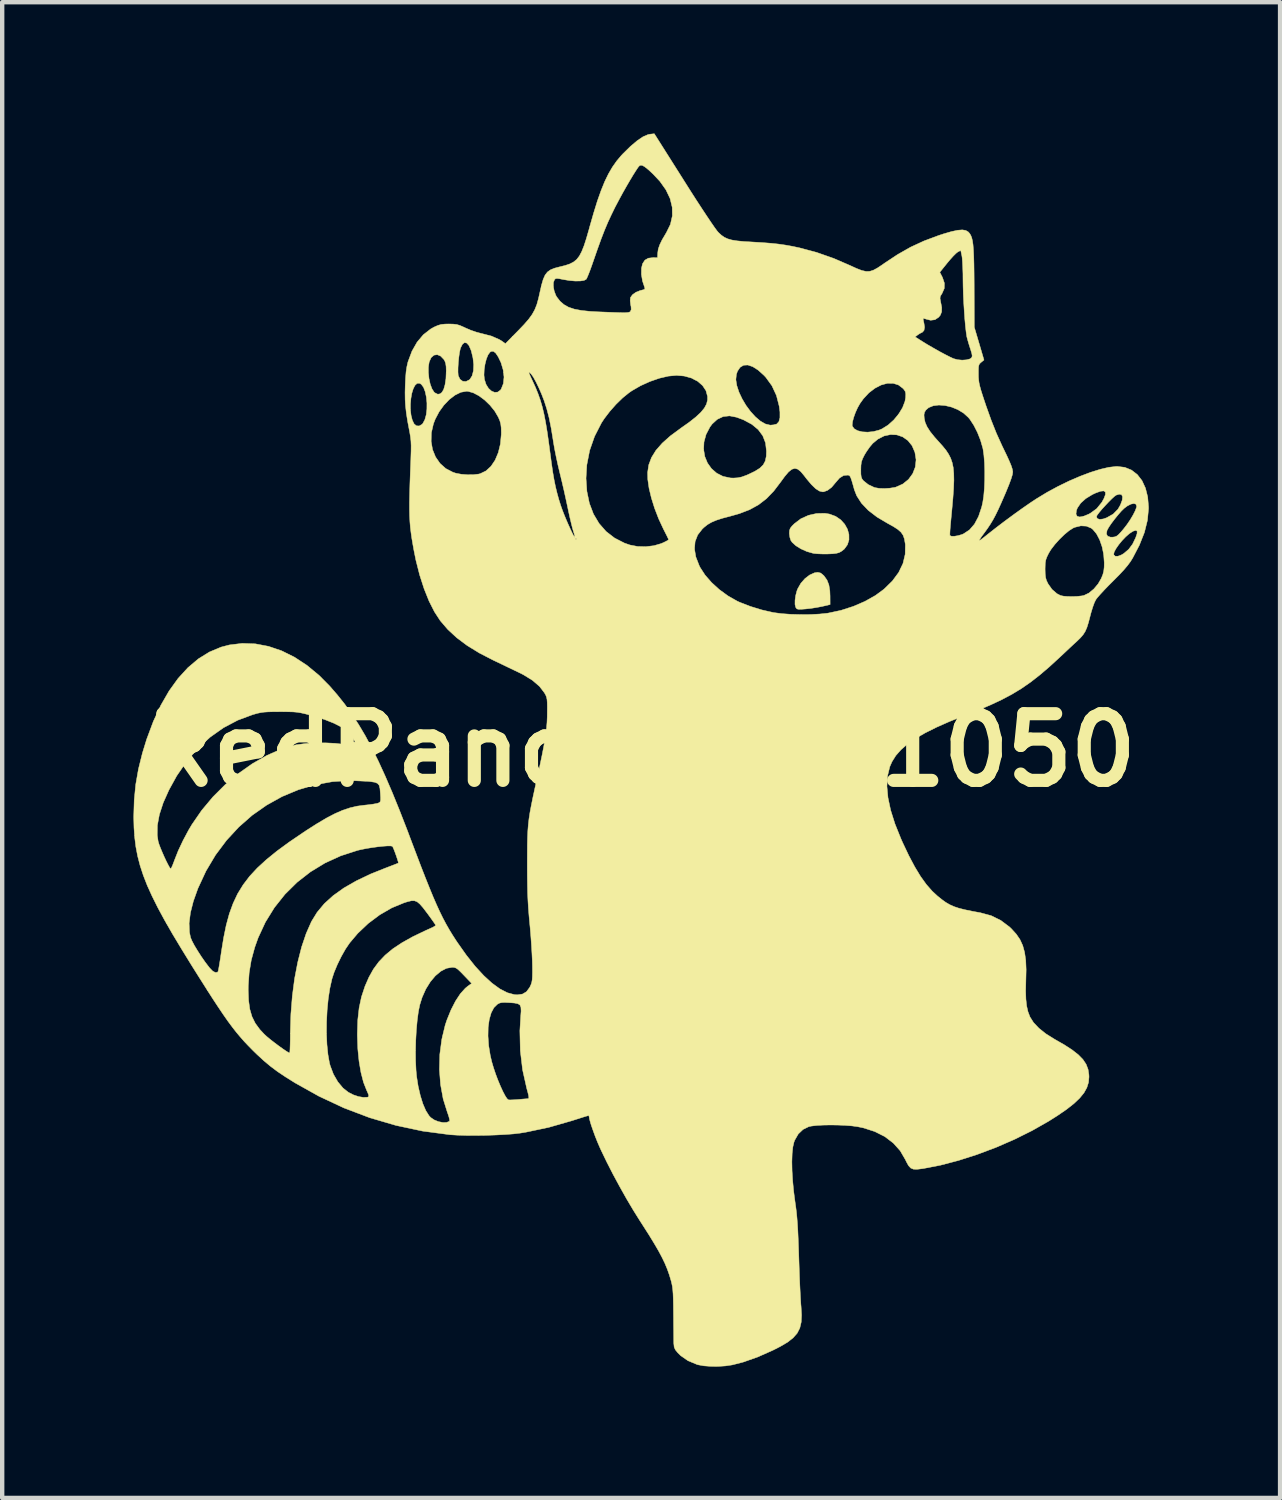
<source format=kicad_pcb>
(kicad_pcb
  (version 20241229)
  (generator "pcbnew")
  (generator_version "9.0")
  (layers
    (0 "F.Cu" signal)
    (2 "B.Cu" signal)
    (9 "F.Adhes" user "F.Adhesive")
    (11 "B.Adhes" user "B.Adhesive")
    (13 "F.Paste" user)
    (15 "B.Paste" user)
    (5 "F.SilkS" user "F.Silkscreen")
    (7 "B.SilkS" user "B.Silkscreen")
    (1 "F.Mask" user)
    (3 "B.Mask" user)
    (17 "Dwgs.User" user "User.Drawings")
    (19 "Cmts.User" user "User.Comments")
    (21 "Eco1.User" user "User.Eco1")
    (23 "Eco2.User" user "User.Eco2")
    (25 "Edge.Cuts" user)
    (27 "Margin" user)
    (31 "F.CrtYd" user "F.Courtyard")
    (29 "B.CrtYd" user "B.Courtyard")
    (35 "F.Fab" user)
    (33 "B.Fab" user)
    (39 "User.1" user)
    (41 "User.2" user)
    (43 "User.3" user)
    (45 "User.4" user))
  (footprint "RedPandaArms1050"
    (layer "F.Cu")
    (at 11.595 14.088)
    (property "Reference" "RedPandaArms1050" (at 0 0 0) (layer "F.SilkS") (effects (font (size 1.524 1.524) (thickness 0.3))))
    (attr through_hole)
    (fp_poly (pts (xy 4.104 -4.047) (xy 4.171 -3.991) (xy 4.18 -3.981) (xy 4.247 -3.887) (xy 4.29 -3.777) (xy 4.312 -3.641) (xy 4.317 -3.521) (xy 4.318 -3.328) (xy 4.137 -3.285) (xy 4.017 -3.262) (xy 3.879 -3.24) (xy 3.758 -3.227) (xy 3.66 -3.22) (xy 3.6 -3.219) (xy 3.564 -3.227) (xy 3.544 -3.246) (xy 3.532 -3.266) (xy 3.516 -3.331) (xy 3.517 -3.426) (xy 3.532 -3.535) (xy 3.56 -3.642) (xy 3.579 -3.69) (xy 3.65 -3.814) (xy 3.744 -3.921) (xy 3.851 -4.003) (xy 3.962 -4.053) (xy 4.036 -4.064) (xy 4.104 -4.047)) (stroke (width 0.01) (type solid)) (fill yes) (layer "F.SilkS"))
    (fp_poly (pts (xy 4.303 -5.395) (xy 4.444 -5.343) (xy 4.561 -5.263) (xy 4.652 -5.162) (xy 4.715 -5.048) (xy 4.748 -4.927) (xy 4.749 -4.806) (xy 4.714 -4.694) (xy 4.642 -4.595) (xy 4.572 -4.541) (xy 4.521 -4.514) (xy 4.46 -4.498) (xy 4.377 -4.488) (xy 4.259 -4.483) (xy 4.258 -4.483) (xy 4.144 -4.483) (xy 4.036 -4.487) (xy 3.952 -4.495) (xy 3.929 -4.499) (xy 3.786 -4.54) (xy 3.652 -4.6) (xy 3.537 -4.671) (xy 3.452 -4.748) (xy 3.421 -4.793) (xy 3.399 -4.861) (xy 3.387 -4.945) (xy 3.387 -4.962) (xy 3.391 -5.022) (xy 3.408 -5.07) (xy 3.448 -5.122) (xy 3.505 -5.178) (xy 3.651 -5.288) (xy 3.824 -5.366) (xy 4.01 -5.408) (xy 4.198 -5.412) (xy 4.303 -5.395)) (stroke (width 0.01) (type solid)) (fill yes) (layer "F.SilkS"))
    (fp_poly (pts (xy 0.98 -13.011) (xy 1.129 -12.775) (xy 1.268 -12.558) (xy 1.396 -12.362) (xy 1.509 -12.191) (xy 1.605 -12.048) (xy 1.682 -11.937) (xy 1.738 -11.861) (xy 1.767 -11.827) (xy 1.833 -11.766) (xy 1.901 -11.718) (xy 1.979 -11.682) (xy 2.074 -11.655) (xy 2.193 -11.636) (xy 2.346 -11.621) (xy 2.539 -11.61) (xy 2.54 -11.61) (xy 2.77 -11.596) (xy 2.964 -11.581) (xy 3.135 -11.563) (xy 3.295 -11.54) (xy 3.457 -11.511) (xy 3.625 -11.475) (xy 4.007 -11.373) (xy 4.403 -11.234) (xy 4.77 -11.075) (xy 4.921 -11.006) (xy 5.04 -10.96) (xy 5.136 -10.938) (xy 5.222 -10.939) (xy 5.307 -10.966) (xy 5.401 -11.017) (xy 5.517 -11.094) (xy 5.554 -11.121) (xy 5.859 -11.323) (xy 6.156 -11.492) (xy 6.463 -11.634) (xy 6.795 -11.758) (xy 6.911 -11.796) (xy 7.09 -11.848) (xy 7.23 -11.878) (xy 7.338 -11.887) (xy 7.417 -11.874) (xy 7.473 -11.841) (xy 7.477 -11.838) (xy 7.507 -11.803) (xy 7.532 -11.761) (xy 7.553 -11.708) (xy 7.57 -11.638) (xy 7.583 -11.548) (xy 7.592 -11.434) (xy 7.599 -11.289) (xy 7.604 -11.111) (xy 7.607 -10.894) (xy 7.609 -10.634) (xy 7.609 -10.583) (xy 7.612 -9.664) (xy 7.723 -9.289) (xy 7.833 -8.914) (xy 7.769 -8.862) (xy 7.738 -8.834) (xy 7.719 -8.803) (xy 7.709 -8.758) (xy 7.706 -8.686) (xy 7.706 -8.596) (xy 7.707 -8.523) (xy 7.712 -8.459) (xy 7.721 -8.393) (xy 7.737 -8.32) (xy 7.762 -8.229) (xy 7.798 -8.114) (xy 7.847 -7.966) (xy 7.882 -7.862) (xy 7.998 -7.538) (xy 8.116 -7.242) (xy 8.247 -6.953) (xy 8.274 -6.897) (xy 8.355 -6.729) (xy 8.415 -6.597) (xy 8.456 -6.497) (xy 8.48 -6.423) (xy 8.49 -6.369) (xy 8.491 -6.356) (xy 8.482 -6.295) (xy 8.453 -6.2) (xy 8.405 -6.07) (xy 8.336 -5.901) (xy 8.307 -5.833) (xy 8.225 -5.645) (xy 8.156 -5.493) (xy 8.095 -5.368) (xy 8.038 -5.262) (xy 7.98 -5.166) (xy 7.917 -5.071) (xy 7.843 -4.968) (xy 7.833 -4.955) (xy 7.769 -4.868) (xy 7.733 -4.813) (xy 7.726 -4.791) (xy 7.75 -4.801) (xy 7.807 -4.843) (xy 7.9 -4.917) (xy 7.922 -4.935) (xy 8.102 -5.076) (xy 8.3 -5.227) (xy 8.506 -5.379) (xy 8.527 -5.394) (xy 9.935 -5.394) (xy 9.961 -5.345) (xy 10.019 -5.328) (xy 10.071 -5.337) (xy 10.402 -5.337) (xy 10.421 -5.292) (xy 10.475 -5.273) (xy 10.557 -5.283) (xy 10.637 -5.311) (xy 10.784 -5.394) (xy 10.894 -5.506) (xy 10.951 -5.605) (xy 10.991 -5.713) (xy 10.999 -5.792) (xy 10.976 -5.838) (xy 10.924 -5.849) (xy 10.852 -5.827) (xy 10.813 -5.799) (xy 10.753 -5.744) (xy 10.681 -5.672) (xy 10.604 -5.59) (xy 10.529 -5.508) (xy 10.466 -5.433) (xy 10.421 -5.373) (xy 10.402 -5.339) (xy 10.402 -5.337) (xy 10.071 -5.337) (xy 10.108 -5.344) (xy 10.226 -5.393) (xy 10.265 -5.414) (xy 10.409 -5.519) (xy 10.526 -5.664) (xy 10.574 -5.752) (xy 10.608 -5.842) (xy 10.606 -5.899) (xy 10.568 -5.924) (xy 10.494 -5.916) (xy 10.384 -5.876) (xy 10.311 -5.842) (xy 10.16 -5.75) (xy 10.044 -5.646) (xy 9.967 -5.534) (xy 9.945 -5.476) (xy 9.935 -5.394) (xy 8.527 -5.394) (xy 8.708 -5.524) (xy 8.894 -5.653) (xy 9.035 -5.746) (xy 9.276 -5.892) (xy 9.527 -6.028) (xy 9.78 -6.151) (xy 10.029 -6.258) (xy 10.267 -6.348) (xy 10.488 -6.417) (xy 10.685 -6.463) (xy 10.851 -6.482) (xy 10.875 -6.483) (xy 11.05 -6.462) (xy 11.204 -6.399) (xy 11.336 -6.297) (xy 11.443 -6.159) (xy 11.522 -5.988) (xy 11.573 -5.786) (xy 11.592 -5.558) (xy 11.592 -5.516) (xy 11.567 -5.252) (xy 11.498 -4.975) (xy 11.383 -4.685) (xy 11.231 -4.393) (xy 11.177 -4.306) (xy 11.112 -4.219) (xy 11.032 -4.124) (xy 10.929 -4.013) (xy 10.796 -3.879) (xy 10.787 -3.87) (xy 10.678 -3.761) (xy 10.578 -3.657) (xy 10.492 -3.564) (xy 10.427 -3.49) (xy 10.392 -3.445) (xy 10.356 -3.374) (xy 10.317 -3.267) (xy 10.278 -3.139) (xy 10.26 -3.07) (xy 10.22 -2.917) (xy 10.184 -2.802) (xy 10.144 -2.711) (xy 10.096 -2.636) (xy 10.034 -2.565) (xy 9.959 -2.492) (xy 9.886 -2.425) (xy 9.789 -2.335) (xy 9.681 -2.233) (xy 9.572 -2.131) (xy 9.555 -2.115) (xy 9.324 -1.903) (xy 9.107 -1.718) (xy 8.898 -1.555) (xy 8.689 -1.41) (xy 8.471 -1.278) (xy 8.237 -1.154) (xy 7.979 -1.033) (xy 7.688 -0.91) (xy 7.402 -0.798) (xy 7.053 -0.659) (xy 6.75 -0.525) (xy 6.489 -0.395) (xy 6.268 -0.267) (xy 6.084 -0.139) (xy 5.936 -0.01) (xy 5.819 0.123) (xy 5.732 0.262) (xy 5.681 0.378) (xy 5.63 0.588) (xy 5.616 0.823) (xy 5.64 1.083) (xy 5.701 1.37) (xy 5.8 1.684) (xy 5.938 2.027) (xy 5.975 2.11) (xy 6.117 2.41) (xy 6.253 2.666) (xy 6.385 2.884) (xy 6.516 3.066) (xy 6.649 3.218) (xy 6.771 3.331) (xy 6.872 3.412) (xy 6.962 3.477) (xy 7.052 3.529) (xy 7.148 3.572) (xy 7.259 3.609) (xy 7.393 3.643) (xy 7.56 3.678) (xy 7.752 3.713) (xy 7.996 3.779) (xy 8.216 3.887) (xy 8.416 4.037) (xy 8.46 4.079) (xy 8.569 4.199) (xy 8.655 4.324) (xy 8.718 4.461) (xy 8.761 4.617) (xy 8.787 4.799) (xy 8.796 5.014) (xy 8.79 5.269) (xy 8.79 5.272) (xy 8.785 5.499) (xy 8.791 5.685) (xy 8.808 5.841) (xy 8.838 5.973) (xy 8.883 6.09) (xy 8.884 6.093) (xy 8.965 6.221) (xy 9.088 6.351) (xy 9.247 6.478) (xy 9.436 6.596) (xy 9.447 6.603) (xy 9.669 6.73) (xy 9.849 6.847) (xy 9.989 6.957) (xy 10.094 7.065) (xy 10.167 7.175) (xy 10.211 7.29) (xy 10.23 7.414) (xy 10.232 7.464) (xy 10.221 7.589) (xy 10.183 7.709) (xy 10.117 7.828) (xy 10.019 7.948) (xy 9.887 8.073) (xy 9.718 8.206) (xy 9.508 8.35) (xy 9.307 8.477) (xy 8.932 8.69) (xy 8.53 8.89) (xy 8.109 9.073) (xy 7.681 9.234) (xy 7.254 9.371) (xy 6.839 9.48) (xy 6.447 9.556) (xy 6.434 9.558) (xy 6.311 9.573) (xy 6.223 9.571) (xy 6.16 9.545) (xy 6.109 9.49) (xy 6.059 9.399) (xy 6.039 9.356) (xy 5.919 9.15) (xy 5.761 8.974) (xy 5.567 8.826) (xy 5.338 8.711) (xy 5.077 8.627) (xy 4.946 8.6) (xy 4.816 8.582) (xy 4.661 8.57) (xy 4.492 8.563) (xy 4.319 8.561) (xy 4.155 8.564) (xy 4.009 8.572) (xy 3.892 8.586) (xy 3.831 8.599) (xy 3.7 8.663) (xy 3.591 8.767) (xy 3.51 8.908) (xy 3.493 8.953) (xy 3.467 9.064) (xy 3.451 9.215) (xy 3.445 9.399) (xy 3.449 9.609) (xy 3.463 9.838) (xy 3.486 10.078) (xy 3.514 10.293) (xy 3.533 10.426) (xy 3.549 10.553) (xy 3.561 10.681) (xy 3.572 10.819) (xy 3.581 10.975) (xy 3.589 11.156) (xy 3.597 11.371) (xy 3.604 11.588) (xy 3.611 11.801) (xy 3.618 12.01) (xy 3.626 12.209) (xy 3.635 12.388) (xy 3.643 12.54) (xy 3.65 12.657) (xy 3.655 12.712) (xy 3.666 12.904) (xy 3.658 13.064) (xy 3.626 13.2) (xy 3.566 13.318) (xy 3.474 13.423) (xy 3.347 13.523) (xy 3.179 13.622) (xy 3.016 13.705) (xy 2.66 13.863) (xy 2.329 13.979) (xy 2.083 14.042) (xy 1.93 14.065) (xy 1.76 14.076) (xy 1.588 14.075) (xy 1.43 14.063) (xy 1.3 14.039) (xy 1.277 14.032) (xy 1.071 13.946) (xy 0.904 13.83) (xy 0.839 13.766) (xy 0.783 13.697) (xy 0.756 13.636) (xy 0.748 13.561) (xy 0.747 13.553) (xy 0.746 13.495) (xy 0.745 13.399) (xy 0.744 13.27) (xy 0.742 13.12) (xy 0.741 12.955) (xy 0.74 12.869) (xy 0.738 12.681) (xy 0.735 12.534) (xy 0.731 12.419) (xy 0.724 12.328) (xy 0.715 12.253) (xy 0.702 12.188) (xy 0.686 12.122) (xy 0.684 12.116) (xy 0.644 11.982) (xy 0.598 11.853) (xy 0.544 11.723) (xy 0.478 11.586) (xy 0.398 11.436) (xy 0.3 11.268) (xy 0.182 11.075) (xy 0.039 10.851) (xy -0.03 10.744) (xy -0.175 10.512) (xy -0.331 10.249) (xy -0.489 9.968) (xy -0.643 9.683) (xy -0.785 9.405) (xy -0.908 9.15) (xy -0.942 9.076) (xy -0.996 8.951) (xy -1.049 8.818) (xy -1.097 8.686) (xy -1.139 8.565) (xy -1.168 8.466) (xy -1.184 8.397) (xy -1.185 8.381) (xy -1.194 8.349) (xy -1.2 8.346) (xy -1.228 8.353) (xy -1.292 8.372) (xy -1.387 8.402) (xy -1.503 8.439) (xy -1.581 8.464) (xy -2.111 8.616) (xy -2.628 8.725) (xy -2.762 8.747) (xy -2.915 8.765) (xy -3.104 8.779) (xy -3.318 8.79) (xy -3.546 8.798) (xy -3.776 8.801) (xy -3.996 8.8) (xy -4.195 8.794) (xy -4.361 8.784) (xy -4.37 8.783) (xy -4.99 8.701) (xy -5.6 8.571) (xy -6.2 8.395) (xy -6.788 8.172) (xy -7.362 7.903) (xy -7.902 7.601) (xy -8.12 7.465) (xy -8.305 7.341) (xy -8.469 7.218) (xy -8.623 7.089) (xy -8.779 6.945) (xy -8.867 6.859) (xy -8.969 6.755) (xy -9.065 6.654) (xy -9.156 6.55) (xy -9.247 6.442) (xy -9.339 6.324) (xy -9.437 6.192) (xy -9.542 6.042) (xy -9.657 5.871) (xy -9.786 5.675) (xy -9.911 5.48) (xy -8.975 5.48) (xy -8.966 5.715) (xy -8.939 5.914) (xy -8.889 6.085) (xy -8.814 6.237) (xy -8.71 6.379) (xy -8.608 6.488) (xy -8.548 6.543) (xy -8.467 6.61) (xy -8.373 6.683) (xy -8.276 6.756) (xy -8.184 6.822) (xy -8.105 6.875) (xy -8.05 6.909) (xy -8.029 6.917) (xy -8.024 6.895) (xy -8.02 6.831) (xy -8.017 6.734) (xy -8.014 6.61) (xy -8.013 6.472) (xy -7.187 6.472) (xy -7.176 6.724) (xy -7.153 6.952) (xy -7.118 7.148) (xy -7.101 7.209) (xy -7.028 7.402) (xy -6.928 7.575) (xy -6.809 7.718) (xy -6.686 7.815) (xy -6.575 7.872) (xy -6.456 7.912) (xy -6.345 7.931) (xy -6.255 7.927) (xy -6.236 7.922) (xy -6.221 7.905) (xy -6.226 7.869) (xy -6.253 7.804) (xy -6.269 7.77) (xy -6.341 7.587) (xy -6.399 7.363) (xy -6.443 7.105) (xy -6.467 6.865) (xy -5.153 6.865) (xy -5.151 7.096) (xy -5.141 7.309) (xy -5.128 7.451) (xy -5.092 7.68) (xy -5.043 7.891) (xy -4.985 8.077) (xy -4.918 8.232) (xy -4.845 8.348) (xy -4.807 8.39) (xy -4.727 8.445) (xy -4.631 8.484) (xy -4.532 8.504) (xy -4.444 8.503) (xy -4.38 8.478) (xy -4.375 8.473) (xy -4.374 8.443) (xy -4.389 8.38) (xy -4.416 8.297) (xy -4.426 8.271) (xy -4.521 7.967) (xy -4.581 7.638) (xy -4.607 7.295) (xy -4.598 6.948) (xy -4.553 6.607) (xy -4.535 6.529) (xy -3.497 6.529) (xy -3.482 6.746) (xy -3.445 6.974) (xy -3.411 7.119) (xy -3.371 7.254) (xy -3.323 7.397) (xy -3.269 7.54) (xy -3.212 7.676) (xy -3.157 7.796) (xy -3.106 7.893) (xy -3.063 7.959) (xy -3.03 7.987) (xy -3.03 7.988) (xy -2.986 7.989) (xy -2.911 7.986) (xy -2.818 7.98) (xy -2.807 7.979) (xy -2.713 7.97) (xy -2.635 7.964) (xy -2.589 7.961) (xy -2.586 7.96) (xy -2.57 7.954) (xy -2.564 7.933) (xy -2.57 7.887) (xy -2.589 7.81) (xy -2.613 7.722) (xy -2.707 7.302) (xy -2.759 6.863) (xy -2.769 6.408) (xy -2.75 6.084) (xy -2.741 5.959) (xy -2.745 5.875) (xy -2.767 5.821) (xy -2.814 5.791) (xy -2.894 5.775) (xy -3 5.767) (xy -3.106 5.762) (xy -3.178 5.764) (xy -3.229 5.775) (xy -3.273 5.797) (xy -3.28 5.801) (xy -3.361 5.88) (xy -3.424 5.998) (xy -3.468 6.149) (xy -3.493 6.328) (xy -3.497 6.529) (xy -4.535 6.529) (xy -4.475 6.28) (xy -4.436 6.163) (xy -4.342 5.932) (xy -4.239 5.731) (xy -4.13 5.565) (xy -4.017 5.439) (xy -3.963 5.394) (xy -3.87 5.327) (xy -4.046 5.143) (xy -4.127 5.06) (xy -4.184 5.006) (xy -4.229 4.976) (xy -4.269 4.962) (xy -4.314 4.959) (xy -4.316 4.959) (xy -4.446 4.982) (xy -4.575 5.049) (xy -4.7 5.154) (xy -4.815 5.291) (xy -4.918 5.457) (xy -5.002 5.646) (xy -5.056 5.818) (xy -5.088 5.976) (xy -5.114 6.171) (xy -5.134 6.391) (xy -5.147 6.626) (xy -5.153 6.865) (xy -6.467 6.865) (xy -6.471 6.821) (xy -6.482 6.516) (xy -6.482 6.471) (xy -6.472 6.162) (xy -6.441 5.886) (xy -6.387 5.633) (xy -6.307 5.391) (xy -6.217 5.185) (xy -6.115 5.002) (xy -5.992 4.835) (xy -5.845 4.681) (xy -5.669 4.535) (xy -5.459 4.396) (xy -5.212 4.258) (xy -4.922 4.119) (xy -4.808 4.068) (xy -4.743 4.037) (xy -4.701 4.01) (xy -4.693 3.999) (xy -4.707 3.973) (xy -4.745 3.917) (xy -4.802 3.837) (xy -4.871 3.742) (xy -4.893 3.713) (xy -4.983 3.595) (xy -5.055 3.513) (xy -5.116 3.462) (xy -5.177 3.439) (xy -5.247 3.439) (xy -5.334 3.46) (xy -5.414 3.485) (xy -5.695 3.601) (xy -5.97 3.76) (xy -6.232 3.956) (xy -6.472 4.183) (xy -6.658 4.403) (xy -6.753 4.543) (xy -6.849 4.713) (xy -6.939 4.897) (xy -7.014 5.077) (xy -7.062 5.225) (xy -7.11 5.44) (xy -7.147 5.682) (xy -7.172 5.941) (xy -7.185 6.208) (xy -7.187 6.472) (xy -8.013 6.472) (xy -8.013 6.468) (xy -8.013 6.453) (xy -8 6.027) (xy -7.967 5.613) (xy -7.915 5.216) (xy -7.843 4.841) (xy -7.755 4.495) (xy -7.65 4.184) (xy -7.53 3.913) (xy -7.401 3.703) (xy -7.237 3.506) (xy -7.034 3.322) (xy -6.791 3.148) (xy -6.505 2.984) (xy -6.176 2.827) (xy -5.854 2.698) (xy -5.742 2.655) (xy -5.648 2.619) (xy -5.58 2.592) (xy -5.547 2.579) (xy -5.545 2.577) (xy -5.548 2.552) (xy -5.565 2.496) (xy -5.59 2.42) (xy -5.619 2.339) (xy -5.647 2.266) (xy -5.67 2.213) (xy -5.681 2.195) (xy -5.716 2.187) (xy -5.79 2.186) (xy -5.892 2.193) (xy -6.014 2.206) (xy -6.146 2.224) (xy -6.279 2.246) (xy -6.404 2.271) (xy -6.477 2.288) (xy -6.86 2.412) (xy -7.219 2.576) (xy -7.553 2.779) (xy -7.859 3.018) (xy -8.135 3.291) (xy -8.376 3.594) (xy -8.582 3.927) (xy -8.748 4.285) (xy -8.825 4.501) (xy -8.905 4.794) (xy -8.953 5.082) (xy -8.974 5.385) (xy -8.975 5.48) (xy -9.911 5.48) (xy -9.931 5.448) (xy -10.096 5.188) (xy -10.27 4.911) (xy -10.502 4.534) (xy -10.707 4.193) (xy -10.846 3.95) (xy -10.325 3.95) (xy -10.317 4.157) (xy -10.292 4.279) (xy -10.26 4.355) (xy -10.205 4.46) (xy -10.131 4.582) (xy -10.047 4.713) (xy -9.957 4.842) (xy -9.867 4.96) (xy -9.853 4.977) (xy -9.786 5.046) (xy -9.725 5.078) (xy -9.679 5.072) (xy -9.664 5.056) (xy -9.656 5.026) (xy -9.643 4.955) (xy -9.626 4.853) (xy -9.606 4.728) (xy -9.588 4.603) (xy -9.536 4.283) (xy -9.477 3.995) (xy -9.406 3.735) (xy -9.32 3.499) (xy -9.217 3.28) (xy -9.092 3.076) (xy -8.944 2.881) (xy -8.767 2.69) (xy -8.56 2.5) (xy -8.32 2.305) (xy -8.042 2.101) (xy -7.723 1.884) (xy -7.644 1.831) (xy -7.399 1.675) (xy -7.184 1.548) (xy -6.992 1.448) (xy -6.816 1.371) (xy -6.65 1.316) (xy -6.488 1.278) (xy -6.332 1.257) (xy -6.218 1.245) (xy -6.117 1.231) (xy -6.04 1.217) (xy -6.009 1.209) (xy -5.977 1.195) (xy -5.959 1.175) (xy -5.951 1.14) (xy -5.951 1.076) (xy -5.956 0.988) (xy -5.965 0.876) (xy -5.983 0.803) (xy -6.02 0.758) (xy -6.083 0.732) (xy -6.183 0.717) (xy -6.224 0.712) (xy -6.64 0.692) (xy -7.048 0.718) (xy -7.447 0.79) (xy -7.832 0.904) (xy -8.202 1.059) (xy -8.553 1.254) (xy -8.884 1.486) (xy -9.19 1.755) (xy -9.47 2.058) (xy -9.721 2.393) (xy -9.939 2.759) (xy -10.123 3.155) (xy -10.124 3.157) (xy -10.228 3.449) (xy -10.295 3.713) (xy -10.325 3.95) (xy -10.846 3.95) (xy -10.886 3.881) (xy -11.04 3.596) (xy -11.171 3.333) (xy -11.282 3.088) (xy -11.372 2.857) (xy -11.444 2.637) (xy -11.5 2.422) (xy -11.541 2.209) (xy -11.568 1.993) (xy -11.572 1.943) (xy -11.053 1.943) (xy -11.032 2.083) (xy -11.013 2.146) (xy -10.98 2.233) (xy -10.938 2.333) (xy -10.892 2.438) (xy -10.845 2.538) (xy -10.802 2.622) (xy -10.768 2.683) (xy -10.746 2.709) (xy -10.745 2.709) (xy -10.73 2.688) (xy -10.704 2.632) (xy -10.673 2.551) (xy -10.661 2.518) (xy -10.574 2.298) (xy -10.463 2.062) (xy -10.339 1.829) (xy -10.26 1.696) (xy -10.037 1.373) (xy -9.782 1.068) (xy -9.5 0.786) (xy -9.197 0.531) (xy -8.879 0.307) (xy -8.551 0.12) (xy -8.22 -0.026) (xy -8.042 -0.087) (xy -7.873 -0.125) (xy -7.67 -0.152) (xy -7.446 -0.167) (xy -7.214 -0.168) (xy -6.986 -0.157) (xy -6.788 -0.134) (xy -6.681 -0.118) (xy -6.593 -0.108) (xy -6.535 -0.103) (xy -6.516 -0.104) (xy -6.517 -0.132) (xy -6.534 -0.186) (xy -6.543 -0.209) (xy -6.609 -0.324) (xy -6.707 -0.429) (xy -6.841 -0.526) (xy -7.013 -0.615) (xy -7.227 -0.7) (xy -7.485 -0.781) (xy -7.57 -0.804) (xy -7.68 -0.833) (xy -7.77 -0.853) (xy -7.854 -0.867) (xy -7.944 -0.875) (xy -8.053 -0.878) (xy -8.194 -0.88) (xy -8.249 -0.88) (xy -8.403 -0.879) (xy -8.52 -0.876) (xy -8.612 -0.87) (xy -8.69 -0.859) (xy -8.765 -0.843) (xy -8.849 -0.819) (xy -8.866 -0.815) (xy -9.213 -0.686) (xy -9.539 -0.514) (xy -9.842 -0.3) (xy -10.122 -0.046) (xy -10.377 0.25) (xy -10.607 0.584) (xy -10.785 0.907) (xy -10.916 1.199) (xy -11.004 1.469) (xy -11.05 1.717) (xy -11.053 1.943) (xy -11.572 1.943) (xy -11.584 1.771) (xy -11.59 1.539) (xy -11.59 1.512) (xy -11.579 1.138) (xy -11.544 0.781) (xy -11.482 0.429) (xy -11.392 0.067) (xy -11.294 -0.252) (xy -11.142 -0.659) (xy -10.971 -1.027) (xy -10.782 -1.355) (xy -10.576 -1.641) (xy -10.353 -1.885) (xy -10.114 -2.087) (xy -9.861 -2.244) (xy -9.593 -2.356) (xy -9.405 -2.405) (xy -9.11 -2.441) (xy -8.811 -2.43) (xy -8.511 -2.373) (xy -8.213 -2.272) (xy -7.92 -2.127) (xy -7.633 -1.939) (xy -7.355 -1.709) (xy -7.114 -1.466) (xy -6.938 -1.263) (xy -6.77 -1.052) (xy -6.61 -0.829) (xy -6.455 -0.591) (xy -6.302 -0.333) (xy -6.151 -0.052) (xy -5.999 0.255) (xy -5.844 0.594) (xy -5.684 0.966) (xy -5.517 1.377) (xy -5.341 1.829) (xy -5.274 2.008) (xy -5.144 2.351) (xy -5.029 2.653) (xy -4.926 2.917) (xy -4.833 3.149) (xy -4.749 3.353) (xy -4.671 3.532) (xy -4.598 3.691) (xy -4.528 3.834) (xy -4.458 3.966) (xy -4.387 4.091) (xy -4.313 4.213) (xy -4.234 4.336) (xy -4.196 4.393) (xy -3.991 4.683) (xy -3.791 4.935) (xy -3.595 5.148) (xy -3.406 5.321) (xy -3.226 5.452) (xy -3.055 5.54) (xy -2.896 5.583) (xy -2.829 5.588) (xy -2.71 5.571) (xy -2.618 5.517) (xy -2.547 5.421) (xy -2.536 5.401) (xy -2.514 5.352) (xy -2.498 5.304) (xy -2.488 5.247) (xy -2.483 5.171) (xy -2.481 5.067) (xy -2.482 4.935) (xy -2.485 4.806) (xy -2.493 4.642) (xy -2.504 4.455) (xy -2.518 4.257) (xy -2.534 4.061) (xy -2.542 3.979) (xy -2.56 3.784) (xy -2.574 3.607) (xy -2.584 3.439) (xy -2.592 3.268) (xy -2.596 3.083) (xy -2.599 2.873) (xy -2.6 2.628) (xy -2.6 2.576) (xy -2.599 2.348) (xy -2.598 2.155) (xy -2.594 1.988) (xy -2.587 1.839) (xy -2.576 1.7) (xy -2.56 1.562) (xy -2.538 1.418) (xy -2.508 1.259) (xy -2.471 1.077) (xy -2.425 0.864) (xy -2.372 0.624) (xy -2.313 0.355) (xy -2.265 0.127) (xy -2.227 -0.067) (xy -2.197 -0.234) (xy -2.175 -0.38) (xy -2.159 -0.513) (xy -2.149 -0.637) (xy -2.144 -0.761) (xy -2.143 -0.859) (xy -2.142 -0.994) (xy -2.144 -1.091) (xy -2.149 -1.16) (xy -2.16 -1.211) (xy -2.176 -1.254) (xy -2.201 -1.299) (xy -2.207 -1.31) (xy -2.321 -1.459) (xy -2.483 -1.598) (xy -2.691 -1.726) (xy -2.767 -1.764) (xy -2.879 -1.818) (xy -3.019 -1.885) (xy -3.172 -1.959) (xy -3.323 -2.031) (xy -3.374 -2.055) (xy -3.696 -2.221) (xy -3.974 -2.392) (xy -4.212 -2.57) (xy -4.416 -2.759) (xy -4.587 -2.958) (xy -4.72 -3.162) (xy -4.844 -3.407) (xy -4.957 -3.689) (xy -5.058 -4.002) (xy -5.144 -4.34) (xy -5.188 -4.558) (xy -5.195 -4.598) (xy 1.22 -4.598) (xy 1.251 -4.415) (xy 1.328 -4.217) (xy 1.35 -4.173) (xy 1.461 -4.002) (xy 1.61 -3.831) (xy 1.788 -3.669) (xy 1.986 -3.525) (xy 2.193 -3.407) (xy 2.252 -3.38) (xy 2.494 -3.286) (xy 2.758 -3.205) (xy 3.017 -3.146) (xy 3.035 -3.143) (xy 3.21 -3.12) (xy 3.418 -3.105) (xy 3.642 -3.099) (xy 3.868 -3.1) (xy 4.078 -3.111) (xy 4.259 -3.13) (xy 4.282 -3.134) (xy 4.567 -3.195) (xy 4.848 -3.286) (xy 5.113 -3.4) (xy 5.352 -3.534) (xy 5.549 -3.679) (xy 5.74 -3.866) (xy 5.885 -4.062) (xy 5.921 -4.137) (xy 9.229 -4.137) (xy 9.232 -4.026) (xy 9.241 -3.946) (xy 9.26 -3.879) (xy 9.294 -3.808) (xy 9.295 -3.805) (xy 9.386 -3.675) (xy 9.5 -3.576) (xy 9.58 -3.535) (xy 9.646 -3.52) (xy 9.744 -3.512) (xy 9.858 -3.51) (xy 9.972 -3.515) (xy 10.07 -3.526) (xy 10.117 -3.536) (xy 10.231 -3.591) (xy 10.342 -3.683) (xy 10.441 -3.801) (xy 10.512 -3.924) (xy 10.548 -4.012) (xy 10.569 -4.091) (xy 10.579 -4.181) (xy 10.581 -4.282) (xy 10.568 -4.467) (xy 10.567 -4.474) (xy 10.796 -4.474) (xy 10.798 -4.463) (xy 10.832 -4.432) (xy 10.894 -4.432) (xy 10.975 -4.463) (xy 11.027 -4.494) (xy 11.138 -4.588) (xy 11.228 -4.708) (xy 11.298 -4.854) (xy 11.33 -4.947) (xy 11.332 -5.003) (xy 11.304 -5.022) (xy 11.246 -5.006) (xy 11.228 -4.997) (xy 11.152 -4.947) (xy 11.069 -4.874) (xy 10.986 -4.787) (xy 10.911 -4.695) (xy 10.849 -4.606) (xy 10.808 -4.53) (xy 10.796 -4.474) (xy 10.567 -4.474) (xy 10.532 -4.645) (xy 10.476 -4.807) (xy 10.405 -4.942) (xy 10.63 -4.942) (xy 10.657 -4.891) (xy 10.722 -4.867) (xy 10.771 -4.867) (xy 10.821 -4.874) (xy 10.862 -4.89) (xy 10.905 -4.923) (xy 10.96 -4.981) (xy 11.022 -5.054) (xy 11.1 -5.155) (xy 11.175 -5.265) (xy 11.24 -5.375) (xy 11.289 -5.472) (xy 11.317 -5.548) (xy 11.321 -5.576) (xy 11.304 -5.621) (xy 11.258 -5.636) (xy 11.19 -5.622) (xy 11.109 -5.581) (xy 11.038 -5.528) (xy 10.973 -5.465) (xy 10.897 -5.378) (xy 10.817 -5.279) (xy 10.742 -5.18) (xy 10.682 -5.091) (xy 10.646 -5.025) (xy 10.644 -5.02) (xy 10.63 -4.942) (xy 10.405 -4.942) (xy 10.404 -4.944) (xy 10.319 -5.045) (xy 10.283 -5.073) (xy 10.174 -5.119) (xy 10.046 -5.126) (xy 9.911 -5.093) (xy 9.871 -5.076) (xy 9.778 -5.017) (xy 9.67 -4.928) (xy 9.558 -4.819) (xy 9.452 -4.701) (xy 9.363 -4.585) (xy 9.311 -4.499) (xy 9.27 -4.415) (xy 9.245 -4.346) (xy 9.233 -4.274) (xy 9.23 -4.178) (xy 9.229 -4.137) (xy 5.921 -4.137) (xy 5.983 -4.266) (xy 6.033 -4.476) (xy 6.037 -4.692) (xy 6.033 -4.724) (xy 6.015 -4.828) (xy 5.986 -4.91) (xy 5.939 -4.979) (xy 5.867 -5.043) (xy 5.764 -5.11) (xy 5.63 -5.184) (xy 5.389 -5.327) (xy 5.19 -5.48) (xy 5.035 -5.643) (xy 4.926 -5.812) (xy 4.873 -5.947) (xy 4.837 -6.076) (xy 4.81 -6.167) (xy 4.789 -6.226) (xy 4.771 -6.26) (xy 4.753 -6.277) (xy 4.732 -6.284) (xy 4.721 -6.285) (xy 4.626 -6.276) (xy 4.533 -6.218) (xy 4.442 -6.113) (xy 4.437 -6.107) (xy 4.353 -6.007) (xy 4.261 -5.937) (xy 4.172 -5.904) (xy 4.15 -5.902) (xy 4.074 -5.92) (xy 3.988 -5.975) (xy 3.89 -6.07) (xy 3.776 -6.206) (xy 3.726 -6.272) (xy 3.649 -6.364) (xy 3.597 -6.406) (xy 5.02 -6.406) (xy 5.021 -6.308) (xy 5.029 -6.244) (xy 5.046 -6.2) (xy 5.075 -6.161) (xy 5.08 -6.156) (xy 5.188 -6.069) (xy 5.323 -6.005) (xy 5.346 -5.998) (xy 5.438 -5.982) (xy 5.557 -5.978) (xy 5.683 -5.986) (xy 5.796 -6.004) (xy 5.822 -6.011) (xy 5.98 -6.082) (xy 6.109 -6.186) (xy 6.205 -6.318) (xy 6.264 -6.469) (xy 6.282 -6.635) (xy 6.255 -6.806) (xy 6.19 -6.957) (xy 6.095 -7.075) (xy 5.977 -7.158) (xy 5.843 -7.204) (xy 5.7 -7.211) (xy 5.553 -7.18) (xy 5.41 -7.107) (xy 5.291 -7.008) (xy 5.223 -6.927) (xy 5.152 -6.826) (xy 5.103 -6.746) (xy 5.059 -6.658) (xy 5.034 -6.586) (xy 5.023 -6.509) (xy 5.02 -6.406) (xy 3.597 -6.406) (xy 3.58 -6.42) (xy 3.513 -6.438) (xy 3.444 -6.418) (xy 3.368 -6.357) (xy 3.281 -6.254) (xy 3.192 -6.132) (xy 3.03 -5.919) (xy 2.863 -5.746) (xy 2.681 -5.606) (xy 2.477 -5.494) (xy 2.242 -5.404) (xy 2.036 -5.346) (xy 1.858 -5.299) (xy 1.718 -5.254) (xy 1.608 -5.207) (xy 1.517 -5.154) (xy 1.437 -5.09) (xy 1.398 -5.053) (xy 1.293 -4.918) (xy 1.234 -4.766) (xy 1.22 -4.598) (xy -5.195 -4.598) (xy -5.215 -4.708) (xy -5.235 -4.826) (xy -1.5 -4.826) (xy -1.488 -4.814) (xy -1.476 -4.826) (xy -1.488 -4.838) (xy -1.5 -4.826) (xy -5.235 -4.826) (xy -5.238 -4.844) (xy -5.256 -4.971) (xy -5.271 -5.094) (xy -5.281 -5.219) (xy -5.288 -5.353) (xy -5.291 -5.5) (xy -5.291 -5.666) (xy -5.287 -5.858) (xy -5.281 -6.08) (xy -5.272 -6.338) (xy -5.26 -6.639) (xy -5.259 -6.677) (xy -5.254 -6.834) (xy -5.253 -6.957) (xy -5.257 -7.054) (xy -4.796 -7.054) (xy -4.764 -6.868) (xy -4.695 -6.699) (xy -4.593 -6.552) (xy -4.461 -6.434) (xy -4.299 -6.35) (xy -4.229 -6.327) (xy -4.105 -6.304) (xy -3.963 -6.293) (xy -3.824 -6.295) (xy -3.706 -6.309) (xy -3.674 -6.318) (xy -3.543 -6.381) (xy -3.429 -6.486) (xy -3.334 -6.627) (xy -3.262 -6.798) (xy -3.214 -6.995) (xy -3.194 -7.212) (xy -3.193 -7.256) (xy -3.196 -7.369) (xy -3.206 -7.453) (xy -3.227 -7.528) (xy -3.262 -7.609) (xy -3.344 -7.749) (xy -3.451 -7.881) (xy -3.573 -7.999) (xy -3.703 -8.096) (xy -3.832 -8.164) (xy -3.952 -8.198) (xy -3.989 -8.2) (xy -4.118 -8.177) (xy -4.25 -8.112) (xy -4.381 -8.012) (xy -4.504 -7.883) (xy -4.614 -7.731) (xy -4.703 -7.562) (xy -4.744 -7.455) (xy -4.791 -7.252) (xy -4.796 -7.054) (xy -5.257 -7.054) (xy -5.257 -7.06) (xy -5.268 -7.156) (xy -5.285 -7.259) (xy -5.294 -7.306) (xy -5.334 -7.517) (xy -5.362 -7.696) (xy -5.38 -7.856) (xy -5.384 -7.907) (xy -5.269 -7.907) (xy -5.269 -7.777) (xy -5.255 -7.653) (xy -5.227 -7.542) (xy -5.187 -7.457) (xy -5.134 -7.411) (xy -5.069 -7.407) (xy -5.005 -7.444) (xy -4.987 -7.463) (xy -4.94 -7.55) (xy -4.908 -7.664) (xy -4.893 -7.794) (xy -4.892 -7.931) (xy -4.905 -8.065) (xy -4.931 -8.188) (xy -4.969 -8.289) (xy -5.02 -8.358) (xy -5.062 -8.384) (xy -5.117 -8.38) (xy -5.165 -8.335) (xy -5.205 -8.257) (xy -5.237 -8.155) (xy -5.258 -8.036) (xy -5.269 -7.907) (xy -5.384 -7.907) (xy -5.39 -8.01) (xy -5.392 -8.174) (xy -5.388 -8.328) (xy -5.38 -8.503) (xy -5.37 -8.625) (xy -4.859 -8.625) (xy -4.845 -8.49) (xy -4.817 -8.363) (xy -4.777 -8.256) (xy -4.729 -8.181) (xy -4.709 -8.164) (xy -4.644 -8.132) (xy -4.59 -8.142) (xy -4.55 -8.174) (xy -4.51 -8.241) (xy -4.479 -8.348) (xy -4.458 -8.488) (xy -4.452 -8.639) (xy -4.183 -8.639) (xy -4.178 -8.567) (xy -4.176 -8.556) (xy -4.136 -8.473) (xy -4.074 -8.428) (xy -4 -8.423) (xy -3.924 -8.461) (xy -3.908 -8.476) (xy -3.858 -8.556) (xy -3.855 -8.57) (xy -3.589 -8.57) (xy -3.579 -8.474) (xy -3.542 -8.358) (xy -3.486 -8.267) (xy -3.418 -8.205) (xy -3.346 -8.175) (xy -3.275 -8.181) (xy -3.213 -8.227) (xy -3.195 -8.252) (xy -3.146 -8.376) (xy -3.131 -8.524) (xy -3.144 -8.635) (xy -2.564 -8.635) (xy -2.558 -8.61) (xy -2.534 -8.553) (xy -2.49 -8.458) (xy -2.482 -8.441) (xy -2.412 -8.288) (xy -2.353 -8.142) (xy -2.302 -7.996) (xy -2.257 -7.842) (xy -2.217 -7.674) (xy -2.18 -7.485) (xy -2.144 -7.266) (xy -2.108 -7.012) (xy -2.081 -6.81) (xy -2.048 -6.563) (xy -2.018 -6.355) (xy -1.987 -6.176) (xy -1.955 -6.019) (xy -1.919 -5.872) (xy -1.879 -5.727) (xy -1.835 -5.588) (xy -1.802 -5.495) (xy -1.76 -5.386) (xy -1.712 -5.269) (xy -1.662 -5.154) (xy -1.614 -5.048) (xy -1.572 -4.959) (xy -1.538 -4.895) (xy -1.518 -4.865) (xy -1.514 -4.865) (xy -1.515 -4.891) (xy -1.53 -4.949) (xy -1.549 -5.009) (xy -1.569 -5.078) (xy -1.595 -5.183) (xy -1.626 -5.313) (xy -1.658 -5.457) (xy -1.679 -5.558) (xy -1.717 -5.735) (xy -1.761 -5.934) (xy -1.808 -6.136) (xy -1.826 -6.212) (xy -1.258 -6.212) (xy -1.238 -5.914) (xy -1.181 -5.641) (xy -1.088 -5.396) (xy -0.96 -5.181) (xy -0.799 -4.997) (xy -0.605 -4.847) (xy -0.381 -4.732) (xy -0.254 -4.688) (xy -0.082 -4.655) (xy 0.107 -4.65) (xy 0.292 -4.672) (xy 0.457 -4.72) (xy 0.479 -4.729) (xy 0.554 -4.764) (xy 0.608 -4.793) (xy 0.629 -4.809) (xy 0.629 -4.809) (xy 0.619 -4.835) (xy 0.591 -4.894) (xy 0.549 -4.977) (xy 0.51 -5.054) (xy 0.402 -5.286) (xy 0.31 -5.524) (xy 0.236 -5.76) (xy 0.182 -5.984) (xy 0.153 -6.186) (xy 0.149 -6.344) (xy 0.175 -6.518) (xy 0.238 -6.686) (xy 0.34 -6.851) (xy 0.358 -6.871) (xy 1.429 -6.871) (xy 1.456 -6.709) (xy 1.517 -6.561) (xy 1.608 -6.433) (xy 1.727 -6.329) (xy 1.871 -6.256) (xy 2.038 -6.22) (xy 2.105 -6.217) (xy 2.206 -6.223) (xy 2.298 -6.242) (xy 2.403 -6.28) (xy 2.446 -6.298) (xy 2.6 -6.372) (xy 2.713 -6.443) (xy 2.79 -6.519) (xy 2.837 -6.607) (xy 2.86 -6.716) (xy 2.864 -6.834) (xy 2.843 -7.02) (xy 2.78 -7.183) (xy 2.675 -7.325) (xy 2.553 -7.426) (xy 4.822 -7.426) (xy 4.826 -7.403) (xy 4.869 -7.343) (xy 4.948 -7.299) (xy 5.054 -7.273) (xy 5.176 -7.266) (xy 5.306 -7.279) (xy 5.434 -7.312) (xy 5.504 -7.341) (xy 5.643 -7.428) (xy 5.773 -7.545) (xy 5.869 -7.661) (xy 6.463 -7.661) (xy 6.468 -7.587) (xy 6.489 -7.489) (xy 6.533 -7.389) (xy 6.603 -7.279) (xy 6.705 -7.152) (xy 6.8 -7.046) (xy 6.889 -6.947) (xy 6.964 -6.855) (xy 7.024 -6.764) (xy 7.072 -6.671) (xy 7.107 -6.569) (xy 7.131 -6.455) (xy 7.143 -6.321) (xy 7.146 -6.165) (xy 7.139 -5.979) (xy 7.124 -5.76) (xy 7.101 -5.503) (xy 7.078 -5.261) (xy 7.067 -5.138) (xy 7.058 -5.032) (xy 7.054 -4.953) (xy 7.054 -4.91) (xy 7.055 -4.905) (xy 7.091 -4.888) (xy 7.158 -4.888) (xy 7.242 -4.902) (xy 7.33 -4.928) (xy 7.367 -4.944) (xy 7.502 -5.033) (xy 7.616 -5.165) (xy 7.709 -5.34) (xy 7.782 -5.559) (xy 7.805 -5.661) (xy 7.827 -5.803) (xy 7.842 -5.978) (xy 7.85 -6.172) (xy 7.851 -6.372) (xy 7.845 -6.565) (xy 7.831 -6.739) (xy 7.811 -6.881) (xy 7.805 -6.906) (xy 7.754 -7.082) (xy 7.684 -7.259) (xy 7.601 -7.422) (xy 7.513 -7.557) (xy 7.477 -7.601) (xy 7.367 -7.701) (xy 7.235 -7.781) (xy 7.092 -7.839) (xy 6.945 -7.874) (xy 6.803 -7.885) (xy 6.675 -7.869) (xy 6.569 -7.826) (xy 6.506 -7.771) (xy 6.474 -7.718) (xy 6.463 -7.661) (xy 5.869 -7.661) (xy 5.885 -7.681) (xy 5.973 -7.825) (xy 6.028 -7.969) (xy 6.043 -8.055) (xy 6.046 -8.137) (xy 6.037 -8.19) (xy 6.009 -8.235) (xy 5.982 -8.266) (xy 5.879 -8.344) (xy 5.757 -8.382) (xy 5.624 -8.381) (xy 5.484 -8.343) (xy 5.343 -8.27) (xy 5.205 -8.165) (xy 5.078 -8.028) (xy 5.002 -7.923) (xy 4.946 -7.824) (xy 4.896 -7.713) (xy 4.856 -7.601) (xy 4.83 -7.502) (xy 4.822 -7.426) (xy 2.553 -7.426) (xy 2.528 -7.446) (xy 2.338 -7.548) (xy 2.18 -7.607) (xy 2.021 -7.638) (xy 1.875 -7.622) (xy 1.741 -7.559) (xy 1.624 -7.452) (xy 1.572 -7.382) (xy 1.484 -7.213) (xy 1.437 -7.041) (xy 1.429 -6.871) (xy 0.358 -6.871) (xy 0.483 -7.014) (xy 0.669 -7.18) (xy 0.901 -7.351) (xy 0.904 -7.354) (xy 1.097 -7.49) (xy 1.249 -7.61) (xy 1.364 -7.717) (xy 1.445 -7.815) (xy 1.495 -7.908) (xy 1.518 -8) (xy 1.518 -8.082) (xy 1.482 -8.214) (xy 1.405 -8.33) (xy 1.293 -8.428) (xy 1.219 -8.466) (xy 2.165 -8.466) (xy 2.187 -8.329) (xy 2.236 -8.18) (xy 2.308 -8.027) (xy 2.397 -7.877) (xy 2.5 -7.738) (xy 2.611 -7.616) (xy 2.726 -7.518) (xy 2.839 -7.453) (xy 2.946 -7.427) (xy 2.955 -7.426) (xy 3.03 -7.433) (xy 3.09 -7.448) (xy 3.097 -7.451) (xy 3.147 -7.504) (xy 3.172 -7.596) (xy 3.172 -7.727) (xy 3.155 -7.859) (xy 3.092 -8.104) (xy 2.989 -8.326) (xy 2.849 -8.519) (xy 2.81 -8.561) (xy 2.675 -8.683) (xy 2.551 -8.762) (xy 2.439 -8.8) (xy 2.342 -8.795) (xy 2.262 -8.747) (xy 2.202 -8.658) (xy 2.177 -8.585) (xy 2.165 -8.466) (xy 1.219 -8.466) (xy 1.151 -8.502) (xy 0.985 -8.548) (xy 0.81 -8.563) (xy 0.624 -8.546) (xy 0.418 -8.498) (xy 0.202 -8.423) (xy -0.013 -8.326) (xy -0.213 -8.21) (xy -0.278 -8.165) (xy -0.421 -8.049) (xy -0.572 -7.902) (xy -0.716 -7.739) (xy -0.842 -7.574) (xy -0.905 -7.478) (xy -1.063 -7.169) (xy -1.175 -6.848) (xy -1.24 -6.516) (xy -1.258 -6.212) (xy -1.826 -6.212) (xy -1.852 -6.317) (xy -1.864 -6.367) (xy -1.903 -6.532) (xy -1.942 -6.713) (xy -1.977 -6.89) (xy -2.004 -7.046) (xy -2.01 -7.088) (xy -2.054 -7.358) (xy -2.101 -7.592) (xy -2.155 -7.799) (xy -2.214 -7.983) (xy -2.273 -8.136) (xy -2.337 -8.282) (xy -2.401 -8.414) (xy -2.46 -8.521) (xy -2.511 -8.594) (xy -2.527 -8.611) (xy -2.553 -8.633) (xy -2.564 -8.635) (xy -3.144 -8.635) (xy -3.15 -8.686) (xy -3.2 -8.854) (xy -3.264 -8.987) (xy -3.321 -9.072) (xy -3.373 -9.113) (xy -3.424 -9.11) (xy -3.451 -9.093) (xy -3.496 -9.032) (xy -3.535 -8.936) (xy -3.565 -8.818) (xy -3.584 -8.692) (xy -3.589 -8.57) (xy -3.855 -8.57) (xy -3.83 -8.67) (xy -3.824 -8.809) (xy -3.841 -8.962) (xy -3.879 -9.12) (xy -3.887 -9.142) (xy -3.932 -9.245) (xy -3.982 -9.301) (xy -4.033 -9.312) (xy -4.08 -9.276) (xy -4.122 -9.194) (xy -4.131 -9.166) (xy -4.148 -9.086) (xy -4.163 -8.979) (xy -4.175 -8.859) (xy -4.182 -8.741) (xy -4.183 -8.639) (xy -4.452 -8.639) (xy -4.451 -8.651) (xy -4.451 -8.658) (xy -4.454 -8.763) (xy -4.464 -8.836) (xy -4.484 -8.891) (xy -4.505 -8.927) (xy -4.579 -9.004) (xy -4.656 -9.036) (xy -4.731 -9.025) (xy -4.795 -8.97) (xy -4.839 -8.874) (xy -4.84 -8.872) (xy -4.859 -8.756) (xy -4.859 -8.625) (xy -5.37 -8.625) (xy -5.369 -8.641) (xy -5.352 -8.754) (xy -5.33 -8.853) (xy -5.323 -8.878) (xy -5.234 -9.116) (xy -5.117 -9.322) (xy -4.974 -9.492) (xy -4.807 -9.622) (xy -4.729 -9.666) (xy -4.643 -9.704) (xy -4.567 -9.726) (xy -4.48 -9.735) (xy -4.391 -9.737) (xy -4.289 -9.734) (xy -4.211 -9.725) (xy -4.138 -9.703) (xy -4.048 -9.664) (xy -4.006 -9.644) (xy -3.89 -9.594) (xy -3.761 -9.55) (xy -3.645 -9.519) (xy -3.634 -9.517) (xy -3.416 -9.46) (xy -3.237 -9.381) (xy -3.169 -9.338) (xy -3.099 -9.288) (xy -2.948 -9.442) (xy 6.26 -9.442) (xy 6.415 -9.344) (xy 6.538 -9.268) (xy 6.675 -9.189) (xy 6.814 -9.11) (xy 6.945 -9.04) (xy 7.057 -8.983) (xy 7.136 -8.946) (xy 7.229 -8.921) (xy 7.334 -8.911) (xy 7.433 -8.918) (xy 7.512 -8.939) (xy 7.543 -8.96) (xy 7.559 -8.983) (xy 7.563 -9.015) (xy 7.554 -9.066) (xy 7.529 -9.149) (xy 7.517 -9.185) (xy 7.486 -9.284) (xy 7.46 -9.374) (xy 7.443 -9.438) (xy 7.441 -9.446) (xy 7.426 -9.546) (xy 7.41 -9.685) (xy 7.395 -9.851) (xy 7.382 -10.036) (xy 7.37 -10.23) (xy 7.361 -10.421) (xy 7.356 -10.601) (xy 7.354 -10.733) (xy 7.353 -10.884) (xy 7.348 -11.027) (xy 7.342 -11.152) (xy 7.335 -11.247) (xy 7.328 -11.295) (xy 7.302 -11.417) (xy 7.237 -11.384) (xy 7.196 -11.352) (xy 7.134 -11.291) (xy 7.061 -11.21) (xy 6.998 -11.135) (xy 6.824 -10.919) (xy 6.885 -10.8) (xy 6.929 -10.67) (xy 6.926 -10.549) (xy 6.875 -10.434) (xy 6.867 -10.421) (xy 6.836 -10.371) (xy 6.829 -10.323) (xy 6.841 -10.255) (xy 6.843 -10.245) (xy 6.868 -10.114) (xy 6.866 -10.015) (xy 6.836 -9.938) (xy 6.799 -9.892) (xy 6.714 -9.835) (xy 6.615 -9.822) (xy 6.518 -9.846) (xy 6.468 -9.862) (xy 6.444 -9.863) (xy 6.445 -9.837) (xy 6.456 -9.782) (xy 6.461 -9.763) (xy 6.476 -9.665) (xy 6.463 -9.59) (xy 6.424 -9.547) (xy 6.416 -9.544) (xy 6.366 -9.519) (xy 6.317 -9.486) (xy 6.26 -9.442) (xy -2.948 -9.442) (xy -2.807 -9.585) (xy -2.672 -9.726) (xy -2.567 -9.847) (xy -2.488 -9.956) (xy -2.428 -10.065) (xy -2.381 -10.183) (xy -2.343 -10.321) (xy -2.313 -10.455) (xy -2.282 -10.592) (xy -2.004 -10.592) (xy -1.985 -10.491) (xy -1.949 -10.394) (xy -1.927 -10.355) (xy -1.852 -10.258) (xy -1.764 -10.181) (xy -1.658 -10.121) (xy -1.528 -10.077) (xy -1.366 -10.046) (xy -1.168 -10.025) (xy -0.992 -10.015) (xy -0.787 -10.007) (xy -0.625 -10.001) (xy -0.5 -9.997) (xy -0.408 -9.995) (xy -0.343 -9.996) (xy -0.299 -10) (xy -0.271 -10.006) (xy -0.254 -10.015) (xy -0.243 -10.026) (xy -0.226 -10.066) (xy -0.229 -10.131) (xy -0.238 -10.175) (xy -0.249 -10.268) (xy -0.243 -10.339) (xy -0.24 -10.345) (xy -0.196 -10.406) (xy -0.117 -10.462) (xy -0.02 -10.501) (xy 0.017 -10.51) (xy 0.072 -10.525) (xy 0.088 -10.548) (xy 0.083 -10.567) (xy 0.032 -10.72) (xy 0.007 -10.872) (xy 0.009 -11.012) (xy 0.034 -11.114) (xy 0.087 -11.195) (xy 0.165 -11.24) (xy 0.275 -11.253) (xy 0.276 -11.253) (xy 0.375 -11.251) (xy 0.38 -11.359) (xy 0.392 -11.447) (xy 0.425 -11.544) (xy 0.48 -11.659) (xy 0.563 -11.8) (xy 0.578 -11.825) (xy 0.67 -12.012) (xy 0.714 -12.206) (xy 0.711 -12.403) (xy 0.663 -12.602) (xy 0.568 -12.801) (xy 0.429 -12.997) (xy 0.275 -13.161) (xy 0.171 -13.258) (xy 0.093 -13.321) (xy 0.036 -13.356) (xy -0.005 -13.365) (xy -0.037 -13.352) (xy -0.038 -13.351) (xy -0.069 -13.315) (xy -0.117 -13.243) (xy -0.181 -13.142) (xy -0.254 -13.02) (xy -0.334 -12.883) (xy -0.416 -12.738) (xy -0.495 -12.593) (xy -0.568 -12.455) (xy -0.592 -12.41) (xy -0.679 -12.232) (xy -0.76 -12.057) (xy -0.837 -11.874) (xy -0.914 -11.675) (xy -0.996 -11.448) (xy -1.078 -11.212) (xy -1.125 -11.077) (xy -1.169 -10.955) (xy -1.208 -10.856) (xy -1.238 -10.787) (xy -1.253 -10.759) (xy -1.303 -10.732) (xy -1.391 -10.719) (xy -1.506 -10.718) (xy -1.64 -10.73) (xy -1.778 -10.753) (xy -1.867 -10.771) (xy -1.921 -10.777) (xy -1.953 -10.772) (xy -1.974 -10.754) (xy -1.979 -10.747) (xy -2.003 -10.683) (xy -2.004 -10.592) (xy -2.282 -10.592) (xy -2.274 -10.627) (xy -2.236 -10.757) (xy -2.193 -10.854) (xy -2.139 -10.924) (xy -2.069 -10.974) (xy -1.979 -11.011) (xy -1.861 -11.042) (xy -1.857 -11.043) (xy -1.732 -11.074) (xy -1.628 -11.109) (xy -1.543 -11.153) (xy -1.472 -11.21) (xy -1.411 -11.288) (xy -1.357 -11.39) (xy -1.304 -11.522) (xy -1.25 -11.689) (xy -1.19 -11.897) (xy -1.174 -11.957) (xy -1.083 -12.274) (xy -0.998 -12.548) (xy -0.914 -12.785) (xy -0.831 -12.99) (xy -0.745 -13.167) (xy -0.654 -13.323) (xy -0.556 -13.462) (xy -0.449 -13.589) (xy -0.412 -13.628) (xy -0.242 -13.795) (xy -0.089 -13.924) (xy 0.044 -14.014) (xy 0.157 -14.063) (xy 0.201 -14.072) (xy 0.302 -14.083) (xy 0.98 -13.011)) (stroke (width 0.01) (type solid)) (fill yes) (layer "F.SilkS")))
  (gr_rect
    (start -3 -3)
    (end 26.192 31.169)
    (stroke (width 0.1) (type default))
    (fill no)
    (layer "Edge.Cuts")))
</source>
